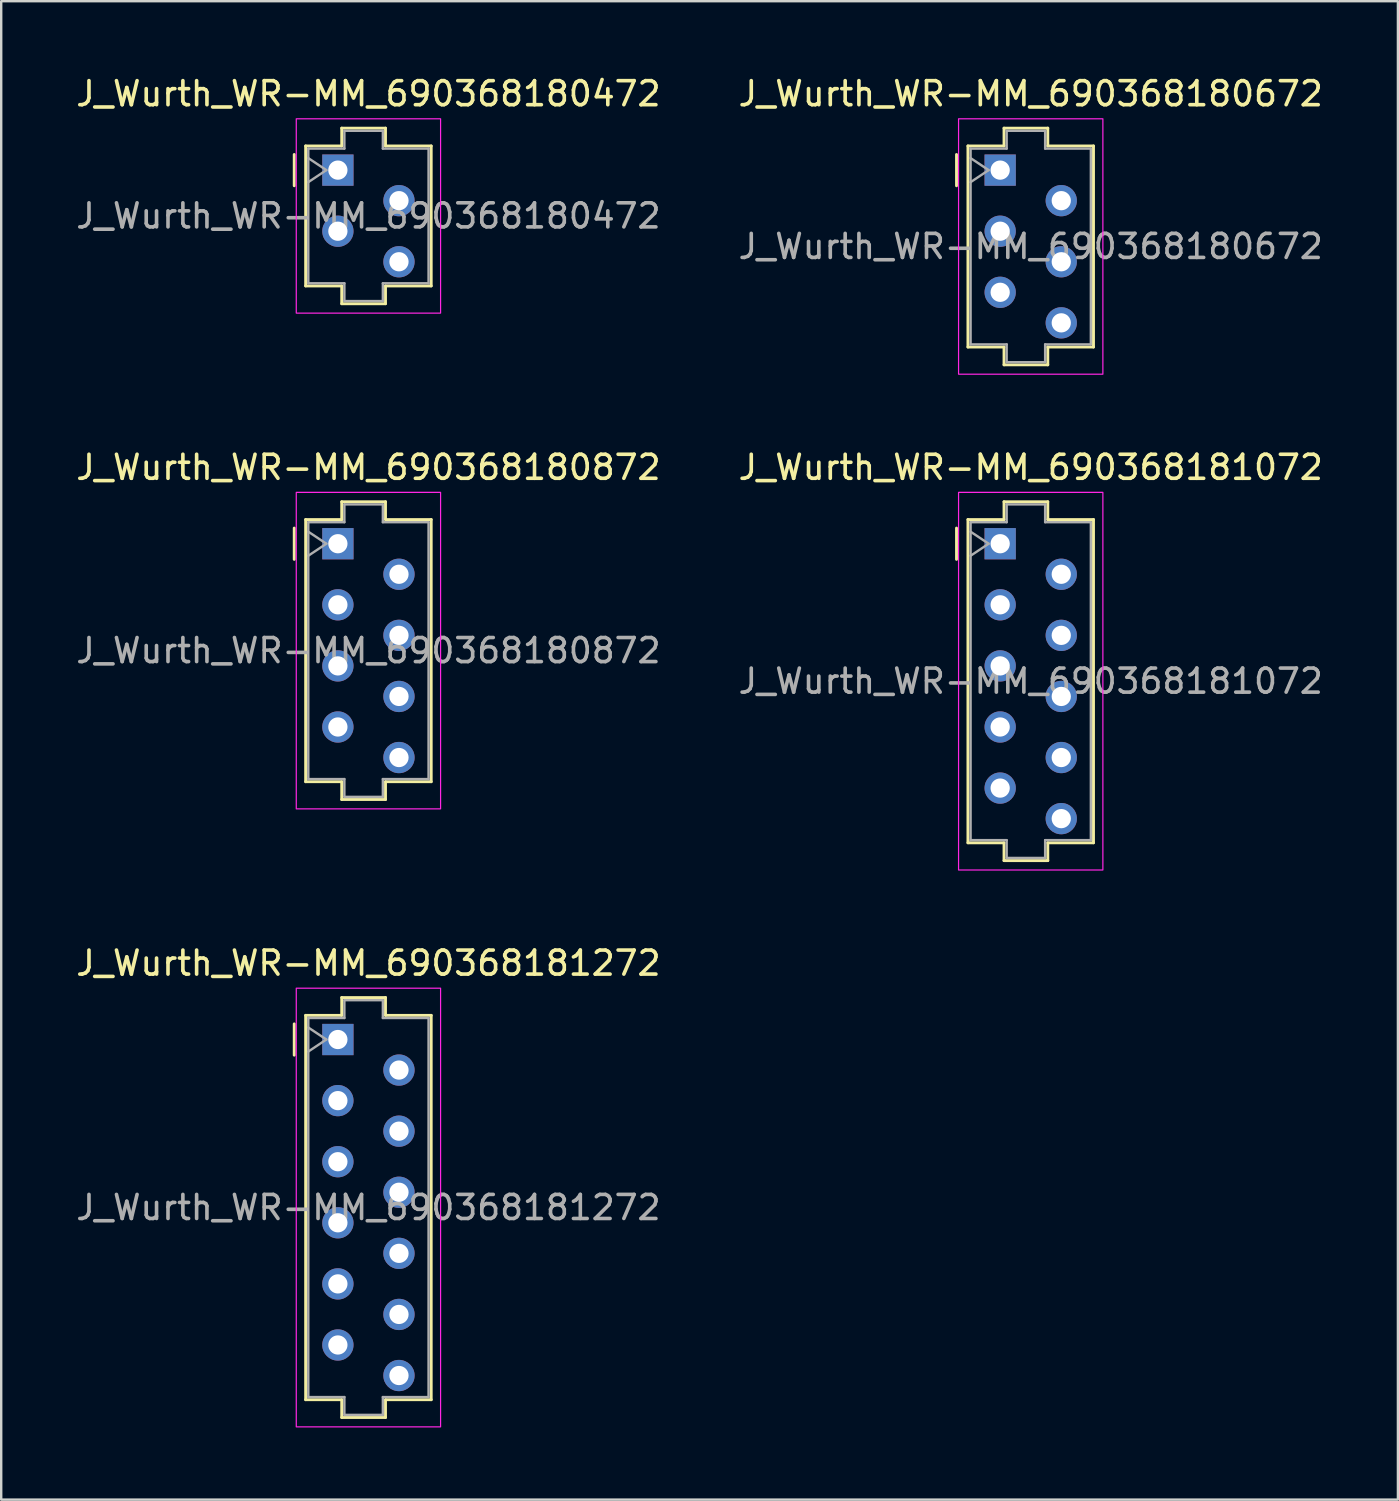
<source format=kicad_pcb>
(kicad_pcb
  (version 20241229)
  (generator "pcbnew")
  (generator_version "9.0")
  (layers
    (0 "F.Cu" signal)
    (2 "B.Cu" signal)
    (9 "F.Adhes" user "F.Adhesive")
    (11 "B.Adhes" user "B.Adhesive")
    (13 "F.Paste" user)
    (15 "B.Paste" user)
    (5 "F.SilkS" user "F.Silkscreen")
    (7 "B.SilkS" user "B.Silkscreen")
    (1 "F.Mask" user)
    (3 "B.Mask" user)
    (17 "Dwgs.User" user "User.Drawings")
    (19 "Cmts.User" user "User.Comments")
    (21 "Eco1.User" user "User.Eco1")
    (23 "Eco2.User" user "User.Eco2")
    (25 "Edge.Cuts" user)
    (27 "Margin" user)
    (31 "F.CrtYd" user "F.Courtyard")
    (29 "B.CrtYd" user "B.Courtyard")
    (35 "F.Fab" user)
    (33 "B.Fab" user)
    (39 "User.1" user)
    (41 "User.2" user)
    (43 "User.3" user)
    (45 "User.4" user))
  (footprint "J_Wurth_WR-MM_690368180672"
    (layer "F.Cu")
    (at 38.534 4.023)
    (property "Reference" "J_Wurth_WR-MM_690368180672" (at 1.27 -3.175 0) (unlocked yes) (layer "F.SilkS") (effects (font (size 1 1) (thickness 0.15))))
    (attr through_hole)
    (fp_line (start -1.815 0.65) (end -1.815 -0.65) (stroke (width 0.12) (type solid)) (layer "F.SilkS"))
    (fp_line (start -1.34 7.355) (end -1.34 -1.005) (stroke (width 0.12) (type solid)) (layer "F.SilkS"))
    (fp_line (start 0.16 -1.005) (end -1.34 -1.005) (stroke (width 0.12) (type solid)) (layer "F.SilkS"))
    (fp_line (start 0.16 -1.005) (end 0.16 -1.745) (stroke (width 0.12) (type solid)) (layer "F.SilkS"))
    (fp_line (start 0.16 7.355) (end -1.34 7.355) (stroke (width 0.12) (type solid)) (layer "F.SilkS"))
    (fp_line (start 0.16 7.355) (end 0.16 8.095) (stroke (width 0.12) (type solid)) (layer "F.SilkS"))
    (fp_line (start 1.98 -1.745) (end 0.16 -1.745) (stroke (width 0.12) (type solid)) (layer "F.SilkS"))
    (fp_line (start 1.98 -1.005) (end 1.98 -1.745) (stroke (width 0.12) (type solid)) (layer "F.SilkS"))
    (fp_line (start 1.98 7.355) (end 1.98 8.095) (stroke (width 0.12) (type solid)) (layer "F.SilkS"))
    (fp_line (start 1.98 8.095) (end 0.16 8.095) (stroke (width 0.12) (type solid)) (layer "F.SilkS"))
    (fp_line (start 3.88 -1.005) (end 1.98 -1.005) (stroke (width 0.12) (type solid)) (layer "F.SilkS"))
    (fp_line (start 3.88 7.355) (end 1.98 7.355) (stroke (width 0.12) (type solid)) (layer "F.SilkS"))
    (fp_line (start 3.88 7.355) (end 3.88 -1.005) (stroke (width 0.12) (type solid)) (layer "F.SilkS"))
    (fp_rect (start -1.73 -2.135) (end 4.27 8.485) (stroke (width 0.05) (type solid)) (fill no) (layer "F.CrtYd"))
    (fp_line (start -1.23 7.245) (end -1.23 -0.895) (stroke (width 0.1) (type solid)) (layer "F.Fab"))
    (fp_line (start -0.48 0) (end -1.23 -0.5) (stroke (width 0.1) (type solid)) (layer "F.Fab"))
    (fp_line (start -0.48 0) (end -1.23 0.5) (stroke (width 0.1) (type solid)) (layer "F.Fab"))
    (fp_line (start 0.27 -1.635) (end 1.87 -1.635) (stroke (width 0.1) (type solid)) (layer "F.Fab"))
    (fp_line (start 0.27 -0.895) (end -1.23 -0.895) (stroke (width 0.1) (type solid)) (layer "F.Fab"))
    (fp_line (start 0.27 -0.895) (end 0.27 -1.635) (stroke (width 0.1) (type solid)) (layer "F.Fab"))
    (fp_line (start 0.27 7.245) (end -1.23 7.245) (stroke (width 0.1) (type solid)) (layer "F.Fab"))
    (fp_line (start 0.27 7.245) (end 0.27 7.985) (stroke (width 0.1) (type solid)) (layer "F.Fab"))
    (fp_line (start 0.27 7.985) (end 1.87 7.985) (stroke (width 0.1) (type solid)) (layer "F.Fab"))
    (fp_line (start 1.87 -0.895) (end 1.87 -1.635) (stroke (width 0.1) (type solid)) (layer "F.Fab"))
    (fp_line (start 1.87 -0.895) (end 3.77 -0.895) (stroke (width 0.1) (type solid)) (layer "F.Fab"))
    (fp_line (start 1.87 7.245) (end 1.87 7.985) (stroke (width 0.1) (type solid)) (layer "F.Fab"))
    (fp_line (start 1.87 7.245) (end 3.77 7.245) (stroke (width 0.1) (type solid)) (layer "F.Fab"))
    (fp_line (start 3.77 7.245) (end 3.77 -0.895) (stroke (width 0.1) (type solid)) (layer "F.Fab"))
    (fp_text user "${REFERENCE}" (at 1.27 3.175 0) (unlocked yes) (layer "F.Fab") (effects (font (size 1 1) (thickness 0.15))))
    (pad "1" thru_hole rect (at 0 0 90) (size 1.3 1.3) (drill 0.8) (layers "*.Cu" "*.Mask"))
    (pad "2" thru_hole circle (at 2.54 1.27 90) (size 1.3 1.3) (drill 0.8) (layers "*.Cu" "*.Mask"))
    (pad "3" thru_hole circle (at 0 2.54 90) (size 1.3 1.3) (drill 0.8) (layers "*.Cu" "*.Mask"))
    (pad "4" thru_hole circle (at 2.54 3.81 90) (size 1.3 1.3) (drill 0.8) (layers "*.Cu" "*.Mask"))
    (pad "5" thru_hole circle (at 0 5.08 90) (size 1.3 1.3) (drill 0.8) (layers "*.Cu" "*.Mask"))
    (pad "6" thru_hole circle (at 2.54 6.35 90) (size 1.3 1.3) (drill 0.8) (layers "*.Cu" "*.Mask")))
  (footprint "J_Wurth_WR-MM_690368180472"
    (layer "F.Cu")
    (at 10.998 4.023)
    (property "Reference" "J_Wurth_WR-MM_690368180472" (at 1.27 -3.175 0) (unlocked yes) (layer "F.SilkS") (effects (font (size 1 1) (thickness 0.15))))
    (attr through_hole)
    (fp_line (start -1.815 0.65) (end -1.815 -0.65) (stroke (width 0.12) (type solid)) (layer "F.SilkS"))
    (fp_line (start -1.34 4.815) (end -1.34 -1.005) (stroke (width 0.12) (type solid)) (layer "F.SilkS"))
    (fp_line (start 0.16 -1.005) (end -1.34 -1.005) (stroke (width 0.12) (type solid)) (layer "F.SilkS"))
    (fp_line (start 0.16 -1.005) (end 0.16 -1.745) (stroke (width 0.12) (type solid)) (layer "F.SilkS"))
    (fp_line (start 0.16 4.815) (end -1.34 4.815) (stroke (width 0.12) (type solid)) (layer "F.SilkS"))
    (fp_line (start 0.16 4.815) (end 0.16 5.555) (stroke (width 0.12) (type solid)) (layer "F.SilkS"))
    (fp_line (start 1.98 -1.745) (end 0.16 -1.745) (stroke (width 0.12) (type solid)) (layer "F.SilkS"))
    (fp_line (start 1.98 -1.005) (end 1.98 -1.745) (stroke (width 0.12) (type solid)) (layer "F.SilkS"))
    (fp_line (start 1.98 4.815) (end 1.98 5.555) (stroke (width 0.12) (type solid)) (layer "F.SilkS"))
    (fp_line (start 1.98 5.555) (end 0.16 5.555) (stroke (width 0.12) (type solid)) (layer "F.SilkS"))
    (fp_line (start 3.88 -1.005) (end 1.98 -1.005) (stroke (width 0.12) (type solid)) (layer "F.SilkS"))
    (fp_line (start 3.88 4.815) (end 1.98 4.815) (stroke (width 0.12) (type solid)) (layer "F.SilkS"))
    (fp_line (start 3.88 4.815) (end 3.88 -1.005) (stroke (width 0.12) (type solid)) (layer "F.SilkS"))
    (fp_rect (start -1.73 -2.135) (end 4.27 5.945) (stroke (width 0.05) (type solid)) (fill no) (layer "F.CrtYd"))
    (fp_line (start -1.23 4.705) (end -1.23 -0.895) (stroke (width 0.1) (type solid)) (layer "F.Fab"))
    (fp_line (start -0.48 0) (end -1.23 -0.5) (stroke (width 0.1) (type solid)) (layer "F.Fab"))
    (fp_line (start -0.48 0) (end -1.23 0.5) (stroke (width 0.1) (type solid)) (layer "F.Fab"))
    (fp_line (start 0.27 -1.635) (end 1.87 -1.635) (stroke (width 0.1) (type solid)) (layer "F.Fab"))
    (fp_line (start 0.27 -0.895) (end -1.23 -0.895) (stroke (width 0.1) (type solid)) (layer "F.Fab"))
    (fp_line (start 0.27 -0.895) (end 0.27 -1.635) (stroke (width 0.1) (type solid)) (layer "F.Fab"))
    (fp_line (start 0.27 4.705) (end -1.23 4.705) (stroke (width 0.1) (type solid)) (layer "F.Fab"))
    (fp_line (start 0.27 4.705) (end 0.27 5.445) (stroke (width 0.1) (type solid)) (layer "F.Fab"))
    (fp_line (start 0.27 5.445) (end 1.87 5.445) (stroke (width 0.1) (type solid)) (layer "F.Fab"))
    (fp_line (start 1.87 -0.895) (end 1.87 -1.635) (stroke (width 0.1) (type solid)) (layer "F.Fab"))
    (fp_line (start 1.87 -0.895) (end 3.77 -0.895) (stroke (width 0.1) (type solid)) (layer "F.Fab"))
    (fp_line (start 1.87 4.705) (end 1.87 5.445) (stroke (width 0.1) (type solid)) (layer "F.Fab"))
    (fp_line (start 1.87 4.705) (end 3.77 4.705) (stroke (width 0.1) (type solid)) (layer "F.Fab"))
    (fp_line (start 3.77 4.705) (end 3.77 -0.895) (stroke (width 0.1) (type solid)) (layer "F.Fab"))
    (fp_text user "${REFERENCE}" (at 1.27 1.905 0) (unlocked yes) (layer "F.Fab") (effects (font (size 1 1) (thickness 0.15))))
    (pad "1" thru_hole rect (at 0 0 90) (size 1.3 1.3) (drill 0.8) (layers "*.Cu" "*.Mask"))
    (pad "2" thru_hole circle (at 2.54 1.27 90) (size 1.3 1.3) (drill 0.8) (layers "*.Cu" "*.Mask"))
    (pad "3" thru_hole circle (at 0 2.54 90) (size 1.3 1.3) (drill 0.8) (layers "*.Cu" "*.Mask"))
    (pad "4" thru_hole circle (at 2.54 3.81 90) (size 1.3 1.3) (drill 0.8) (layers "*.Cu" "*.Mask")))
  (footprint "J_Wurth_WR-MM_690368180872"
    (layer "F.Cu")
    (at 10.998 19.556)
    (property "Reference" "J_Wurth_WR-MM_690368180872" (at 1.27 -3.175 0) (unlocked yes) (layer "F.SilkS") (effects (font (size 1 1) (thickness 0.15))))
    (attr through_hole)
    (fp_line (start -1.815 0.65) (end -1.815 -0.65) (stroke (width 0.12) (type solid)) (layer "F.SilkS"))
    (fp_line (start -1.34 9.895) (end -1.34 -1.005) (stroke (width 0.12) (type solid)) (layer "F.SilkS"))
    (fp_line (start 0.16 -1.005) (end -1.34 -1.005) (stroke (width 0.12) (type solid)) (layer "F.SilkS"))
    (fp_line (start 0.16 -1.005) (end 0.16 -1.745) (stroke (width 0.12) (type solid)) (layer "F.SilkS"))
    (fp_line (start 0.16 9.895) (end -1.34 9.895) (stroke (width 0.12) (type solid)) (layer "F.SilkS"))
    (fp_line (start 0.16 9.895) (end 0.16 10.635) (stroke (width 0.12) (type solid)) (layer "F.SilkS"))
    (fp_line (start 1.98 -1.745) (end 0.16 -1.745) (stroke (width 0.12) (type solid)) (layer "F.SilkS"))
    (fp_line (start 1.98 -1.005) (end 1.98 -1.745) (stroke (width 0.12) (type solid)) (layer "F.SilkS"))
    (fp_line (start 1.98 9.895) (end 1.98 10.635) (stroke (width 0.12) (type solid)) (layer "F.SilkS"))
    (fp_line (start 1.98 10.635) (end 0.16 10.635) (stroke (width 0.12) (type solid)) (layer "F.SilkS"))
    (fp_line (start 3.88 -1.005) (end 1.98 -1.005) (stroke (width 0.12) (type solid)) (layer "F.SilkS"))
    (fp_line (start 3.88 9.895) (end 1.98 9.895) (stroke (width 0.12) (type solid)) (layer "F.SilkS"))
    (fp_line (start 3.88 9.895) (end 3.88 -1.005) (stroke (width 0.12) (type solid)) (layer "F.SilkS"))
    (fp_rect (start -1.73 -2.135) (end 4.27 11.025) (stroke (width 0.05) (type solid)) (fill no) (layer "F.CrtYd"))
    (fp_line (start -1.23 9.785) (end -1.23 -0.895) (stroke (width 0.1) (type solid)) (layer "F.Fab"))
    (fp_line (start -0.48 0) (end -1.23 -0.5) (stroke (width 0.1) (type solid)) (layer "F.Fab"))
    (fp_line (start -0.48 0) (end -1.23 0.5) (stroke (width 0.1) (type solid)) (layer "F.Fab"))
    (fp_line (start 0.27 -1.635) (end 1.87 -1.635) (stroke (width 0.1) (type solid)) (layer "F.Fab"))
    (fp_line (start 0.27 -0.895) (end -1.23 -0.895) (stroke (width 0.1) (type solid)) (layer "F.Fab"))
    (fp_line (start 0.27 -0.895) (end 0.27 -1.635) (stroke (width 0.1) (type solid)) (layer "F.Fab"))
    (fp_line (start 0.27 9.785) (end -1.23 9.785) (stroke (width 0.1) (type solid)) (layer "F.Fab"))
    (fp_line (start 0.27 9.785) (end 0.27 10.525) (stroke (width 0.1) (type solid)) (layer "F.Fab"))
    (fp_line (start 0.27 10.525) (end 1.87 10.525) (stroke (width 0.1) (type solid)) (layer "F.Fab"))
    (fp_line (start 1.87 -0.895) (end 1.87 -1.635) (stroke (width 0.1) (type solid)) (layer "F.Fab"))
    (fp_line (start 1.87 -0.895) (end 3.77 -0.895) (stroke (width 0.1) (type solid)) (layer "F.Fab"))
    (fp_line (start 1.87 9.785) (end 1.87 10.525) (stroke (width 0.1) (type solid)) (layer "F.Fab"))
    (fp_line (start 1.87 9.785) (end 3.77 9.785) (stroke (width 0.1) (type solid)) (layer "F.Fab"))
    (fp_line (start 3.77 9.785) (end 3.77 -0.895) (stroke (width 0.1) (type solid)) (layer "F.Fab"))
    (fp_text user "${REFERENCE}" (at 1.27 4.445 0) (unlocked yes) (layer "F.Fab") (effects (font (size 1 1) (thickness 0.15))))
    (pad "1" thru_hole rect (at 0 0 90) (size 1.3 1.3) (drill 0.8) (layers "*.Cu" "*.Mask"))
    (pad "2" thru_hole circle (at 2.54 1.27 90) (size 1.3 1.3) (drill 0.8) (layers "*.Cu" "*.Mask"))
    (pad "3" thru_hole circle (at 0 2.54 90) (size 1.3 1.3) (drill 0.8) (layers "*.Cu" "*.Mask"))
    (pad "4" thru_hole circle (at 2.54 3.81 90) (size 1.3 1.3) (drill 0.8) (layers "*.Cu" "*.Mask"))
    (pad "5" thru_hole circle (at 0 5.08 90) (size 1.3 1.3) (drill 0.8) (layers "*.Cu" "*.Mask"))
    (pad "6" thru_hole circle (at 2.54 6.35 90) (size 1.3 1.3) (drill 0.8) (layers "*.Cu" "*.Mask"))
    (pad "7" thru_hole circle (at 0 7.62 90) (size 1.3 1.3) (drill 0.8) (layers "*.Cu" "*.Mask"))
    (pad "8" thru_hole circle (at 2.54 8.89 90) (size 1.3 1.3) (drill 0.8) (layers "*.Cu" "*.Mask")))
  (footprint "J_Wurth_WR-MM_690368181072"
    (layer "F.Cu")
    (at 38.534 19.556)
    (property "Reference" "J_Wurth_WR-MM_690368181072" (at 1.27 -3.175 0) (unlocked yes) (layer "F.SilkS") (effects (font (size 1 1) (thickness 0.15))))
    (attr through_hole)
    (fp_line (start -1.815 0.65) (end -1.815 -0.65) (stroke (width 0.12) (type solid)) (layer "F.SilkS"))
    (fp_line (start -1.34 12.435) (end -1.34 -1.005) (stroke (width 0.12) (type solid)) (layer "F.SilkS"))
    (fp_line (start 0.16 -1.005) (end -1.34 -1.005) (stroke (width 0.12) (type solid)) (layer "F.SilkS"))
    (fp_line (start 0.16 -1.005) (end 0.16 -1.745) (stroke (width 0.12) (type solid)) (layer "F.SilkS"))
    (fp_line (start 0.16 12.435) (end -1.34 12.435) (stroke (width 0.12) (type solid)) (layer "F.SilkS"))
    (fp_line (start 0.16 12.435) (end 0.16 13.175) (stroke (width 0.12) (type solid)) (layer "F.SilkS"))
    (fp_line (start 1.98 -1.745) (end 0.16 -1.745) (stroke (width 0.12) (type solid)) (layer "F.SilkS"))
    (fp_line (start 1.98 -1.005) (end 1.98 -1.745) (stroke (width 0.12) (type solid)) (layer "F.SilkS"))
    (fp_line (start 1.98 12.435) (end 1.98 13.175) (stroke (width 0.12) (type solid)) (layer "F.SilkS"))
    (fp_line (start 1.98 13.175) (end 0.16 13.175) (stroke (width 0.12) (type solid)) (layer "F.SilkS"))
    (fp_line (start 3.88 -1.005) (end 1.98 -1.005) (stroke (width 0.12) (type solid)) (layer "F.SilkS"))
    (fp_line (start 3.88 12.435) (end 1.98 12.435) (stroke (width 0.12) (type solid)) (layer "F.SilkS"))
    (fp_line (start 3.88 12.435) (end 3.88 -1.005) (stroke (width 0.12) (type solid)) (layer "F.SilkS"))
    (fp_rect (start -1.73 -2.135) (end 4.27 13.565) (stroke (width 0.05) (type solid)) (fill no) (layer "F.CrtYd"))
    (fp_line (start -1.23 12.325) (end -1.23 -0.895) (stroke (width 0.1) (type solid)) (layer "F.Fab"))
    (fp_line (start -0.48 0) (end -1.23 -0.5) (stroke (width 0.1) (type solid)) (layer "F.Fab"))
    (fp_line (start -0.48 0) (end -1.23 0.5) (stroke (width 0.1) (type solid)) (layer "F.Fab"))
    (fp_line (start 0.27 -1.635) (end 1.87 -1.635) (stroke (width 0.1) (type solid)) (layer "F.Fab"))
    (fp_line (start 0.27 -0.895) (end -1.23 -0.895) (stroke (width 0.1) (type solid)) (layer "F.Fab"))
    (fp_line (start 0.27 -0.895) (end 0.27 -1.635) (stroke (width 0.1) (type solid)) (layer "F.Fab"))
    (fp_line (start 0.27 12.325) (end -1.23 12.325) (stroke (width 0.1) (type solid)) (layer "F.Fab"))
    (fp_line (start 0.27 12.325) (end 0.27 13.065) (stroke (width 0.1) (type solid)) (layer "F.Fab"))
    (fp_line (start 0.27 13.065) (end 1.87 13.065) (stroke (width 0.1) (type solid)) (layer "F.Fab"))
    (fp_line (start 1.87 -0.895) (end 1.87 -1.635) (stroke (width 0.1) (type solid)) (layer "F.Fab"))
    (fp_line (start 1.87 -0.895) (end 3.77 -0.895) (stroke (width 0.1) (type solid)) (layer "F.Fab"))
    (fp_line (start 1.87 12.325) (end 1.87 13.065) (stroke (width 0.1) (type solid)) (layer "F.Fab"))
    (fp_line (start 1.87 12.325) (end 3.77 12.325) (stroke (width 0.1) (type solid)) (layer "F.Fab"))
    (fp_line (start 3.77 12.325) (end 3.77 -0.895) (stroke (width 0.1) (type solid)) (layer "F.Fab"))
    (fp_text user "${REFERENCE}" (at 1.27 5.715 0) (unlocked yes) (layer "F.Fab") (effects (font (size 1 1) (thickness 0.15))))
    (pad "1" thru_hole rect (at 0 0 90) (size 1.3 1.3) (drill 0.8) (layers "*.Cu" "*.Mask"))
    (pad "2" thru_hole circle (at 2.54 1.27 90) (size 1.3 1.3) (drill 0.8) (layers "*.Cu" "*.Mask"))
    (pad "3" thru_hole circle (at 0 2.54 90) (size 1.3 1.3) (drill 0.8) (layers "*.Cu" "*.Mask"))
    (pad "4" thru_hole circle (at 2.54 3.81 90) (size 1.3 1.3) (drill 0.8) (layers "*.Cu" "*.Mask"))
    (pad "5" thru_hole circle (at 0 5.08 90) (size 1.3 1.3) (drill 0.8) (layers "*.Cu" "*.Mask"))
    (pad "6" thru_hole circle (at 2.54 6.35 90) (size 1.3 1.3) (drill 0.8) (layers "*.Cu" "*.Mask"))
    (pad "7" thru_hole circle (at 0 7.62 90) (size 1.3 1.3) (drill 0.8) (layers "*.Cu" "*.Mask"))
    (pad "8" thru_hole circle (at 2.54 8.89 90) (size 1.3 1.3) (drill 0.8) (layers "*.Cu" "*.Mask"))
    (pad "9" thru_hole circle (at 0 10.16 90) (size 1.3 1.3) (drill 0.8) (layers "*.Cu" "*.Mask"))
    (pad "10" thru_hole circle (at 2.54 11.43 90) (size 1.3 1.3) (drill 0.8) (layers "*.Cu" "*.Mask")))
  (footprint "J_Wurth_WR-MM_690368181272"
    (layer "F.Cu")
    (at 10.998 40.17)
    (property "Reference" "J_Wurth_WR-MM_690368181272" (at 1.27 -3.175 0) (unlocked yes) (layer "F.SilkS") (effects (font (size 1 1) (thickness 0.15))))
    (attr through_hole)
    (fp_line (start -1.815 0.65) (end -1.815 -0.65) (stroke (width 0.12) (type solid)) (layer "F.SilkS"))
    (fp_line (start -1.34 14.975) (end -1.34 -1.005) (stroke (width 0.12) (type solid)) (layer "F.SilkS"))
    (fp_line (start 0.16 -1.005) (end -1.34 -1.005) (stroke (width 0.12) (type solid)) (layer "F.SilkS"))
    (fp_line (start 0.16 -1.005) (end 0.16 -1.745) (stroke (width 0.12) (type solid)) (layer "F.SilkS"))
    (fp_line (start 0.16 14.975) (end -1.34 14.975) (stroke (width 0.12) (type solid)) (layer "F.SilkS"))
    (fp_line (start 0.16 14.975) (end 0.16 15.715) (stroke (width 0.12) (type solid)) (layer "F.SilkS"))
    (fp_line (start 1.98 -1.745) (end 0.16 -1.745) (stroke (width 0.12) (type solid)) (layer "F.SilkS"))
    (fp_line (start 1.98 -1.005) (end 1.98 -1.745) (stroke (width 0.12) (type solid)) (layer "F.SilkS"))
    (fp_line (start 1.98 14.975) (end 1.98 15.715) (stroke (width 0.12) (type solid)) (layer "F.SilkS"))
    (fp_line (start 1.98 15.715) (end 0.16 15.715) (stroke (width 0.12) (type solid)) (layer "F.SilkS"))
    (fp_line (start 3.88 -1.005) (end 1.98 -1.005) (stroke (width 0.12) (type solid)) (layer "F.SilkS"))
    (fp_line (start 3.88 14.975) (end 1.98 14.975) (stroke (width 0.12) (type solid)) (layer "F.SilkS"))
    (fp_line (start 3.88 14.975) (end 3.88 -1.005) (stroke (width 0.12) (type solid)) (layer "F.SilkS"))
    (fp_rect (start -1.73 -2.135) (end 4.27 16.105) (stroke (width 0.05) (type solid)) (fill no) (layer "F.CrtYd"))
    (fp_line (start -1.23 14.865) (end -1.23 -0.895) (stroke (width 0.1) (type solid)) (layer "F.Fab"))
    (fp_line (start -0.48 0) (end -1.23 -0.5) (stroke (width 0.1) (type solid)) (layer "F.Fab"))
    (fp_line (start -0.48 0) (end -1.23 0.5) (stroke (width 0.1) (type solid)) (layer "F.Fab"))
    (fp_line (start 0.27 -1.635) (end 1.87 -1.635) (stroke (width 0.1) (type solid)) (layer "F.Fab"))
    (fp_line (start 0.27 -0.895) (end -1.23 -0.895) (stroke (width 0.1) (type solid)) (layer "F.Fab"))
    (fp_line (start 0.27 -0.895) (end 0.27 -1.635) (stroke (width 0.1) (type solid)) (layer "F.Fab"))
    (fp_line (start 0.27 14.865) (end -1.23 14.865) (stroke (width 0.1) (type solid)) (layer "F.Fab"))
    (fp_line (start 0.27 14.865) (end 0.27 15.605) (stroke (width 0.1) (type solid)) (layer "F.Fab"))
    (fp_line (start 0.27 15.605) (end 1.87 15.605) (stroke (width 0.1) (type solid)) (layer "F.Fab"))
    (fp_line (start 1.87 -0.895) (end 1.87 -1.635) (stroke (width 0.1) (type solid)) (layer "F.Fab"))
    (fp_line (start 1.87 -0.895) (end 3.77 -0.895) (stroke (width 0.1) (type solid)) (layer "F.Fab"))
    (fp_line (start 1.87 14.865) (end 1.87 15.605) (stroke (width 0.1) (type solid)) (layer "F.Fab"))
    (fp_line (start 1.87 14.865) (end 3.77 14.865) (stroke (width 0.1) (type solid)) (layer "F.Fab"))
    (fp_line (start 3.77 14.865) (end 3.77 -0.895) (stroke (width 0.1) (type solid)) (layer "F.Fab"))
    (fp_text user "${REFERENCE}" (at 1.27 6.985 0) (unlocked yes) (layer "F.Fab") (effects (font (size 1 1) (thickness 0.15))))
    (pad "1" thru_hole rect (at 0 0 90) (size 1.3 1.3) (drill 0.8) (layers "*.Cu" "*.Mask"))
    (pad "2" thru_hole circle (at 2.54 1.27 90) (size 1.3 1.3) (drill 0.8) (layers "*.Cu" "*.Mask"))
    (pad "3" thru_hole circle (at 0 2.54 90) (size 1.3 1.3) (drill 0.8) (layers "*.Cu" "*.Mask"))
    (pad "4" thru_hole circle (at 2.54 3.81 90) (size 1.3 1.3) (drill 0.8) (layers "*.Cu" "*.Mask"))
    (pad "5" thru_hole circle (at 0 5.08 90) (size 1.3 1.3) (drill 0.8) (layers "*.Cu" "*.Mask"))
    (pad "6" thru_hole circle (at 2.54 6.35 90) (size 1.3 1.3) (drill 0.8) (layers "*.Cu" "*.Mask"))
    (pad "7" thru_hole circle (at 0 7.62 90) (size 1.3 1.3) (drill 0.8) (layers "*.Cu" "*.Mask"))
    (pad "8" thru_hole circle (at 2.54 8.89 90) (size 1.3 1.3) (drill 0.8) (layers "*.Cu" "*.Mask"))
    (pad "9" thru_hole circle (at 0 10.16 90) (size 1.3 1.3) (drill 0.8) (layers "*.Cu" "*.Mask"))
    (pad "10" thru_hole circle (at 2.54 11.43 90) (size 1.3 1.3) (drill 0.8) (layers "*.Cu" "*.Mask"))
    (pad "11" thru_hole circle (at 0 12.7 90) (size 1.3 1.3) (drill 0.8) (layers "*.Cu" "*.Mask"))
    (pad "12" thru_hole circle (at 2.54 13.97 90) (size 1.3 1.3) (drill 0.8) (layers "*.Cu" "*.Mask")))
  (gr_rect
    (start -3 -3)
    (end 55.071 59.3)
    (stroke (width 0.1) (type default))
    (fill no)
    (layer "Edge.Cuts")))
</source>
